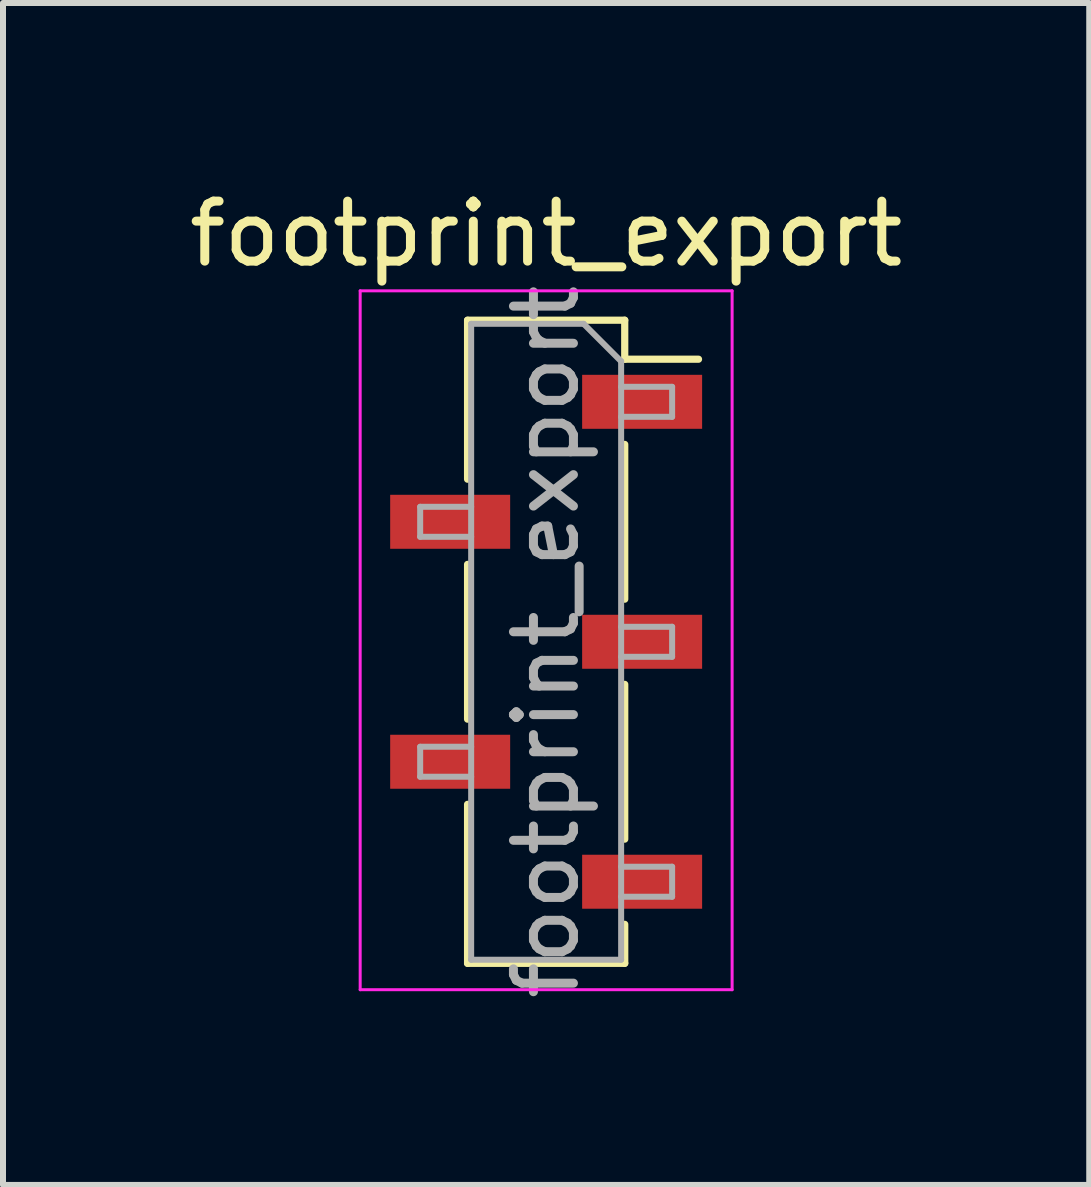
<source format=kicad_pcb>
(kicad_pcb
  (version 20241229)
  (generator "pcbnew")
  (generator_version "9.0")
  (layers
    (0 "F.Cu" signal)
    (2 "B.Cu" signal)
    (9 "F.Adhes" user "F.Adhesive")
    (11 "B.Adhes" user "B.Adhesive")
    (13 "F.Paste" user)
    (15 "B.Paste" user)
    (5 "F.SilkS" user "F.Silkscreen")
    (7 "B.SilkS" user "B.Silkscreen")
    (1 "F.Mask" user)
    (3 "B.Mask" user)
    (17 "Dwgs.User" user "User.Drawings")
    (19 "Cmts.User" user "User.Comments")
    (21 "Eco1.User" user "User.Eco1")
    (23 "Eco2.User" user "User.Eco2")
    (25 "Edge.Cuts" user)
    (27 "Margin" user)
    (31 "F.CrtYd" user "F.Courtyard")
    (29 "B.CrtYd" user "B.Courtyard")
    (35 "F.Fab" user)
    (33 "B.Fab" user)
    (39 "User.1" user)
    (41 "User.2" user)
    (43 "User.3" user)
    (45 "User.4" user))
  (footprint "footprint_export"
    (layer "F.Cu")
    (at 6.054 7.648)
    (property "Reference" "footprint_export" (at 0 -6.8 0) (layer "F.SilkS") (effects (font (size 1 1) (thickness 0.15))))
    (attr smd)
    (fp_line (start -1.31 -5.36) (end -1.31 -2.71) (stroke (width 0.12) (type solid)) (layer "F.SilkS"))
    (fp_line (start -1.31 -5.36) (end 1.31 -5.36) (stroke (width 0.12) (type solid)) (layer "F.SilkS"))
    (fp_line (start -1.31 -1.29) (end -1.31 1.29) (stroke (width 0.12) (type solid)) (layer "F.SilkS"))
    (fp_line (start -1.31 2.71) (end -1.31 5.36) (stroke (width 0.12) (type solid)) (layer "F.SilkS"))
    (fp_line (start -1.31 5.36) (end 1.31 5.36) (stroke (width 0.12) (type solid)) (layer "F.SilkS"))
    (fp_line (start 1.31 -5.36) (end 1.31 -4.71) (stroke (width 0.12) (type solid)) (layer "F.SilkS"))
    (fp_line (start 1.31 -4.71) (end 2.54 -4.71) (stroke (width 0.12) (type solid)) (layer "F.SilkS"))
    (fp_line (start 1.31 -3.29) (end 1.31 -0.71) (stroke (width 0.12) (type solid)) (layer "F.SilkS"))
    (fp_line (start 1.31 0.71) (end 1.31 3.29) (stroke (width 0.12) (type solid)) (layer "F.SilkS"))
    (fp_line (start 1.31 4.71) (end 1.31 5.36) (stroke (width 0.12) (type solid)) (layer "F.SilkS"))
    (fp_line (start -3.1 -5.85) (end 3.1 -5.85) (stroke (width 0.05) (type solid)) (layer "F.CrtYd"))
    (fp_line (start -3.1 5.8) (end -3.1 -5.85) (stroke (width 0.05) (type solid)) (layer "F.CrtYd"))
    (fp_line (start 3.1 -5.85) (end 3.1 5.8) (stroke (width 0.05) (type solid)) (layer "F.CrtYd"))
    (fp_line (start 3.1 5.8) (end -3.1 5.8) (stroke (width 0.05) (type solid)) (layer "F.CrtYd"))
    (fp_line (start -2.1 -2.25) (end -1.25 -2.25) (stroke (width 0.1) (type solid)) (layer "F.Fab"))
    (fp_line (start -2.1 -1.75) (end -2.1 -2.25) (stroke (width 0.1) (type solid)) (layer "F.Fab"))
    (fp_line (start -2.1 1.75) (end -1.25 1.75) (stroke (width 0.1) (type solid)) (layer "F.Fab"))
    (fp_line (start -2.1 2.25) (end -2.1 1.75) (stroke (width 0.1) (type solid)) (layer "F.Fab"))
    (fp_line (start -1.25 -5.3) (end 0.625 -5.3) (stroke (width 0.1) (type solid)) (layer "F.Fab"))
    (fp_line (start -1.25 -1.75) (end -2.1 -1.75) (stroke (width 0.1) (type solid)) (layer "F.Fab"))
    (fp_line (start -1.25 2.25) (end -2.1 2.25) (stroke (width 0.1) (type solid)) (layer "F.Fab"))
    (fp_line (start -1.25 5.3) (end -1.25 -5.3) (stroke (width 0.1) (type solid)) (layer "F.Fab"))
    (fp_line (start 0.625 -5.3) (end 1.25 -4.675) (stroke (width 0.1) (type solid)) (layer "F.Fab"))
    (fp_line (start 1.25 -4.675) (end 1.25 5.3) (stroke (width 0.1) (type solid)) (layer "F.Fab"))
    (fp_line (start 1.25 -4.25) (end 2.1 -4.25) (stroke (width 0.1) (type solid)) (layer "F.Fab"))
    (fp_line (start 1.25 -0.25) (end 2.1 -0.25) (stroke (width 0.1) (type solid)) (layer "F.Fab"))
    (fp_line (start 1.25 3.75) (end 2.1 3.75) (stroke (width 0.1) (type solid)) (layer "F.Fab"))
    (fp_line (start 1.25 5.3) (end -1.25 5.3) (stroke (width 0.1) (type solid)) (layer "F.Fab"))
    (fp_line (start 2.1 -4.25) (end 2.1 -3.75) (stroke (width 0.1) (type solid)) (layer "F.Fab"))
    (fp_line (start 2.1 -3.75) (end 1.25 -3.75) (stroke (width 0.1) (type solid)) (layer "F.Fab"))
    (fp_line (start 2.1 -0.25) (end 2.1 0.25) (stroke (width 0.1) (type solid)) (layer "F.Fab"))
    (fp_line (start 2.1 0.25) (end 1.25 0.25) (stroke (width 0.1) (type solid)) (layer "F.Fab"))
    (fp_line (start 2.1 3.75) (end 2.1 4.25) (stroke (width 0.1) (type solid)) (layer "F.Fab"))
    (fp_line (start 2.1 4.25) (end 1.25 4.25) (stroke (width 0.1) (type solid)) (layer "F.Fab"))
    (fp_text user "${REFERENCE}" (at 0 0 90) (layer "F.Fab") (effects (font (size 1 1) (thickness 0.15))))
    (pad "1" smd rect (at 1.6 -4) (size 2 0.9) (layers "F.Cu" "F.Mask" "F.Paste"))
    (pad "2" smd rect (at -1.6 -2) (size 2 0.9) (layers "F.Cu" "F.Mask" "F.Paste"))
    (pad "3" smd rect (at 1.6 0) (size 2 0.9) (layers "F.Cu" "F.Mask" "F.Paste"))
    (pad "4" smd rect (at -1.6 2) (size 2 0.9) (layers "F.Cu" "F.Mask" "F.Paste"))
    (pad "5" smd rect (at 1.6 4) (size 2 0.9) (layers "F.Cu" "F.Mask" "F.Paste")))
  (gr_rect
    (start -3 -3)
    (end 15.107 16.702)
    (stroke (width 0.1) (type default))
    (fill no)
    (layer "Edge.Cuts")))
</source>
